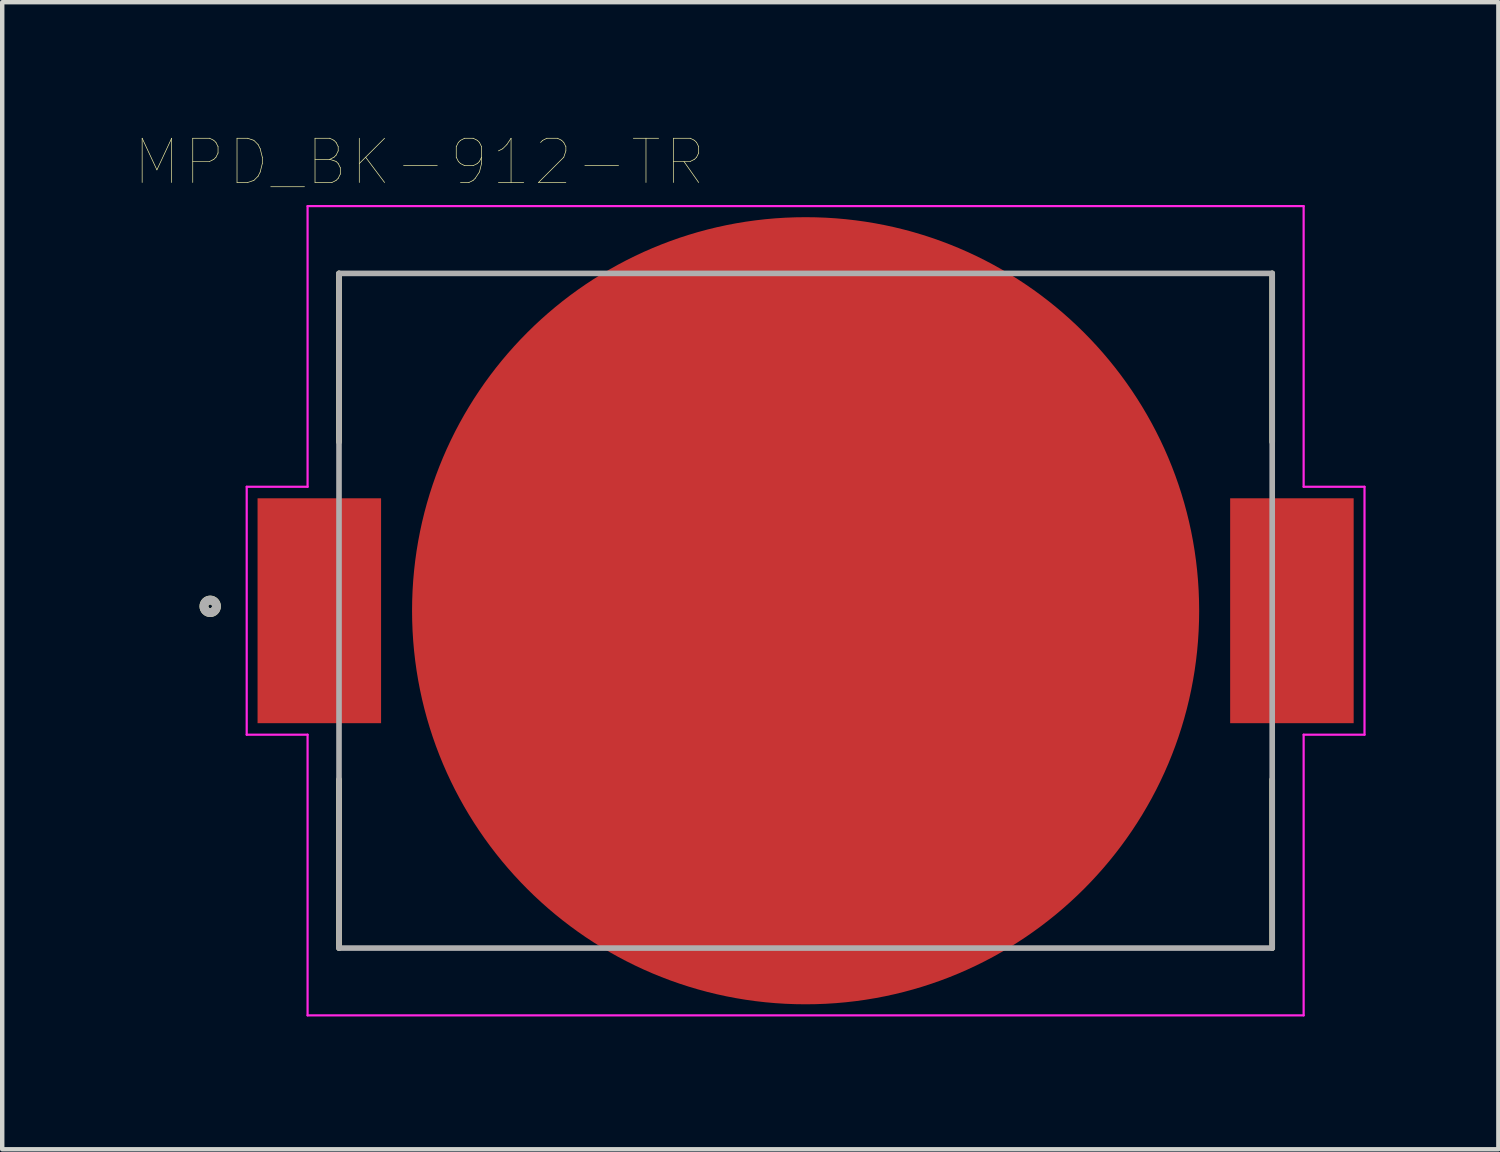
<source format=kicad_pcb>
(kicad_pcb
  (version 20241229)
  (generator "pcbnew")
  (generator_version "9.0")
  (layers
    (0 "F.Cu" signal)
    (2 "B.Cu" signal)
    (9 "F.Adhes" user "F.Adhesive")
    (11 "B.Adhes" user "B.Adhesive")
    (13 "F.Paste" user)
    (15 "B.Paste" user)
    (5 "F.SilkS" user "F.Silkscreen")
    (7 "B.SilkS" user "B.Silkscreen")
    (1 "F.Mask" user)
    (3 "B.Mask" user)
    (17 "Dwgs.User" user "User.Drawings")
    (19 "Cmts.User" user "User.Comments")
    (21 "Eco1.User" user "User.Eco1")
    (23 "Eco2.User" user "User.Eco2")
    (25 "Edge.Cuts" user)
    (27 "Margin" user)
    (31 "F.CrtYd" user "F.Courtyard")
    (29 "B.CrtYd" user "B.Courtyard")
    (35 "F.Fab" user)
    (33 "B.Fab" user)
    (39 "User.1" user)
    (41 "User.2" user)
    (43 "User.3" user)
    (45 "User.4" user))
  (footprint "MPD_BK-912-TR"
    (layer "F.Cu")
    (at 15.148 10.746)
    (property "Reference" "MPD_BK-912-TR" (at -8.725 -10.135 0) (layer "F.SilkS") (effects (font (size 1 1) (thickness 0.015))))
    (attr through_hole)
    (fp_line (start -10.54 -3.81) (end -10.54 -7.62) (stroke (width 0.127) (type solid)) (layer "F.SilkS"))
    (fp_line (start -10.54 7.62) (end -10.54 3.81) (stroke (width 0.127) (type solid)) (layer "F.SilkS"))
    (fp_line (start 10.54 -7.62) (end 10.54 -3.81) (stroke (width 0.127) (type solid)) (layer "F.SilkS"))
    (fp_line (start 10.54 3.81) (end 10.54 7.62) (stroke (width 0.127) (type solid)) (layer "F.SilkS"))
    (fp_circle (center -13.45 -0.1) (end -13.309 -0.1) (stroke (width 0.2) (type solid)) (fill no) (layer "F.SilkS"))
    (fp_line (start -12.625 -2.8) (end -11.25 -2.8) (stroke (width 0.05) (type solid)) (layer "F.CrtYd"))
    (fp_line (start -12.625 2.8) (end -12.625 -2.8) (stroke (width 0.05) (type solid)) (layer "F.CrtYd"))
    (fp_line (start -11.25 -9.14) (end 11.25 -9.14) (stroke (width 0.05) (type solid)) (layer "F.CrtYd"))
    (fp_line (start -11.25 -2.8) (end -11.25 -9.14) (stroke (width 0.05) (type solid)) (layer "F.CrtYd"))
    (fp_line (start -11.25 2.8) (end -12.625 2.8) (stroke (width 0.05) (type solid)) (layer "F.CrtYd"))
    (fp_line (start -11.25 9.14) (end -11.25 2.8) (stroke (width 0.05) (type solid)) (layer "F.CrtYd"))
    (fp_line (start 11.25 -9.14) (end 11.25 -2.8) (stroke (width 0.05) (type solid)) (layer "F.CrtYd"))
    (fp_line (start 11.25 -2.8) (end 12.625 -2.8) (stroke (width 0.05) (type solid)) (layer "F.CrtYd"))
    (fp_line (start 11.25 2.8) (end 11.25 9.14) (stroke (width 0.05) (type solid)) (layer "F.CrtYd"))
    (fp_line (start 11.25 9.14) (end -11.25 9.14) (stroke (width 0.05) (type solid)) (layer "F.CrtYd"))
    (fp_line (start 12.625 -2.8) (end 12.625 2.8) (stroke (width 0.05) (type solid)) (layer "F.CrtYd"))
    (fp_line (start 12.625 2.8) (end 11.25 2.8) (stroke (width 0.05) (type solid)) (layer "F.CrtYd"))
    (fp_line (start -10.54 -7.62) (end 10.54 -7.62) (stroke (width 0.127) (type solid)) (layer "F.Fab"))
    (fp_line (start -10.54 7.62) (end -10.54 -7.62) (stroke (width 0.127) (type solid)) (layer "F.Fab"))
    (fp_line (start 10.54 -7.62) (end 10.54 7.62) (stroke (width 0.127) (type solid)) (layer "F.Fab"))
    (fp_line (start 10.54 7.62) (end -10.54 7.62) (stroke (width 0.127) (type solid)) (layer "F.Fab"))
    (fp_circle (center -13.45 -0.1) (end -13.309 -0.1) (stroke (width 0.2) (type solid)) (fill no) (layer "F.Fab"))
    (pad "1" smd rect (at -10.985 0) (size 2.79 5.08) (layers "F.Cu" "F.Mask" "F.Paste"))
    (pad "2" smd rect (at 10.985 0) (size 2.79 5.08) (layers "F.Cu" "F.Mask" "F.Paste"))
    (pad "3" smd circle (at 0 0) (size 17.78 17.78) (layers "F.Cu" "F.Mask" "F.Paste")))
  (gr_rect
    (start -3 -3)
    (end 30.797 22.911)
    (stroke (width 0.1) (type default))
    (fill no)
    (layer "Edge.Cuts")))
</source>
